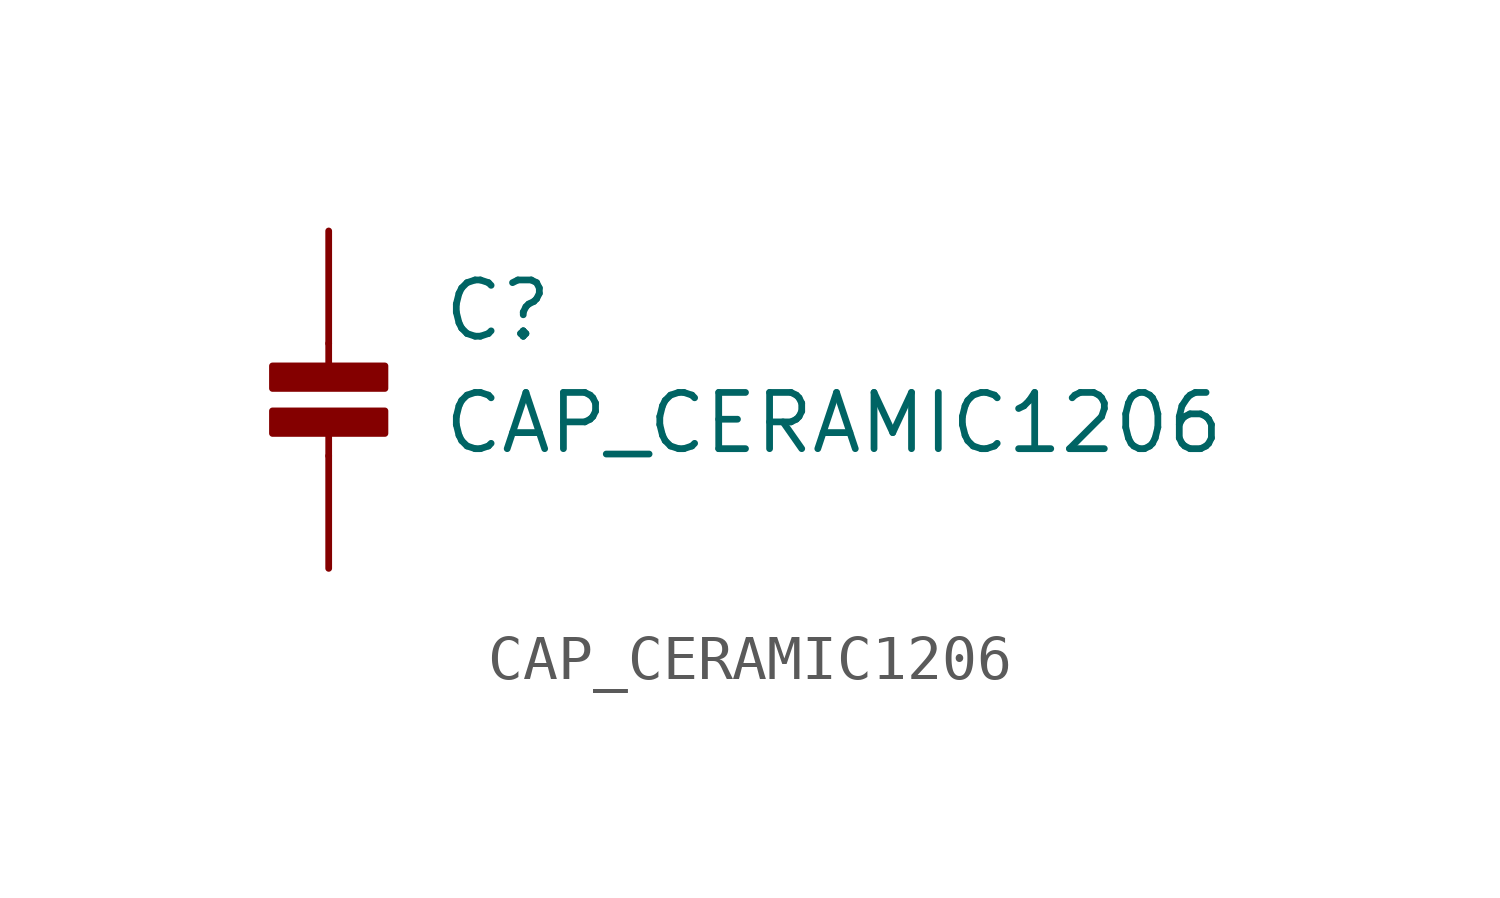
<source format=kicad_sym>
(kicad_symbol_lib
  (version 20220331)
  (generator kicad_symbol_editor)
  (symbol "CAP_CERAMIC1206"
    (property "Reference" "C"
      (at 2.54 2.54 0)
      (effects (font (size 1.27 1.27)) (justify left bottom)))
    (property "Value" "CAP_CERAMIC1206"
      (at 2.54 0 0)
      (effects (font (size 1.27 1.27)) (justify left bottom)))
    (property "ki_locked" ""
      (at 0 0 0)
      (effects (font (size 1.27 1.27))))
    (symbol "CAP_CERAMIC1206_1_0"
      (rectangle (start -1.27 0.508) (end 1.27 1.016) (stroke (width 0) (type default)) (fill (type outline)))
      (rectangle (start -1.27 1.524) (end 1.27 2.032) (stroke (width 0) (type default)) (fill (type outline)))
      (polyline (pts (xy 0 0.762) (xy 0 0)) (stroke (width 0.152) (type solid)) (fill (type none)))
      (polyline (pts (xy 0 2.54) (xy 0 1.778)) (stroke (width 0.152) (type solid)) (fill (type none)))
      (pin passive line (at 0 5.08 270) (length 2.54) (name "P$1" (effects (font (size 0 0)))) (number "1" (effects (font (size 0 0)))))
      (pin passive line (at 0 -2.54 90) (length 2.54) (name "P$2" (effects (font (size 0 0)))) (number "2" (effects (font (size 0 0))))))))
</source>
